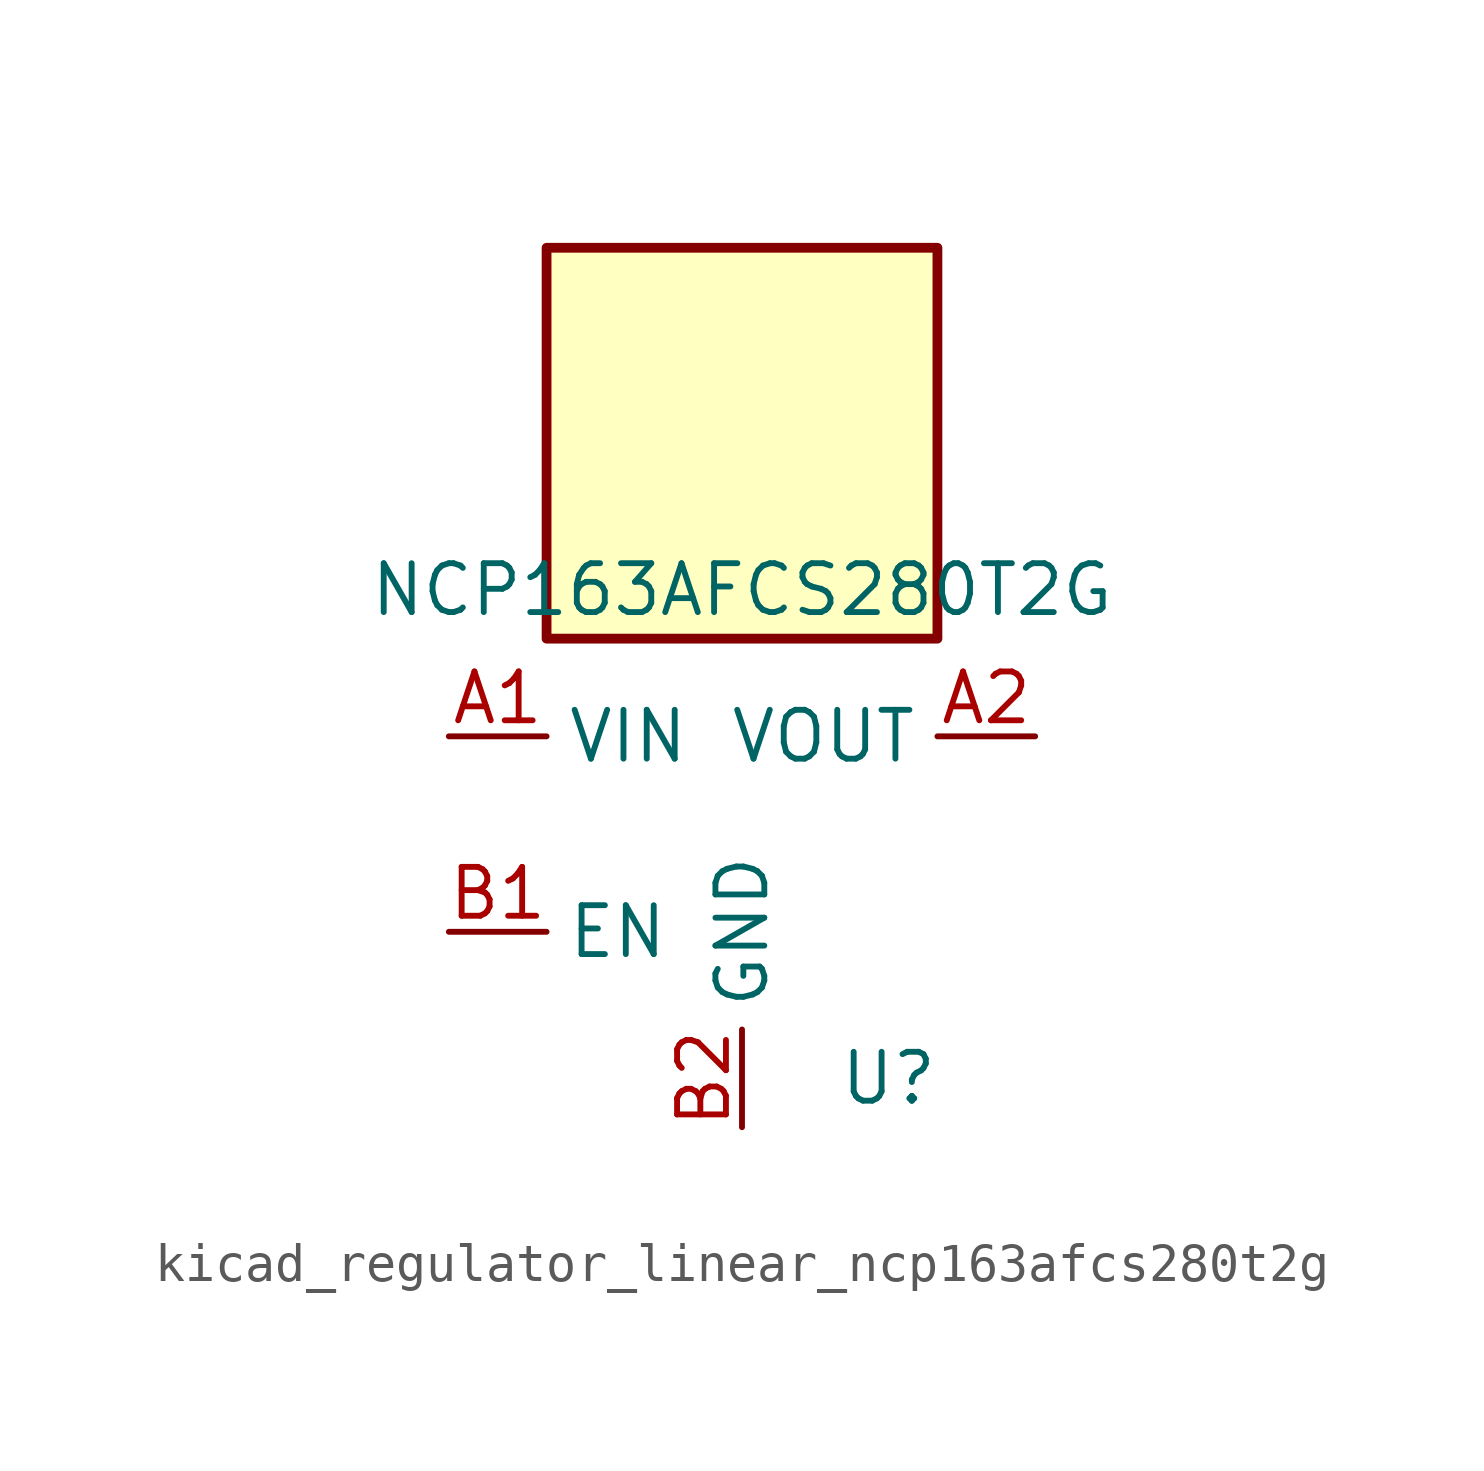
<source format=kicad_sym>
(kicad_symbol_lib
  (version 20220914)
  (generator kicad_symbol_editor)
  (symbol "kicad_regulator_linear_ncp163afcs280t2g"
    (property "Reference" "U"
      (at 3.81 -6.35 0)
      (effects (font (size 1.27 1.27))))
    (property "Value" "NCP163AFCS280T2G"
      (at 0 6.35 0)
      (effects (font (size 1.27 1.27))))
    (symbol "kicad_regulator_linear_ncp163afcs280t2g_0_1"
      (rectangle (start 5.08 15.24) (end -5.08 5.08) (stroke (width 0.254) (type default)) (fill (type background))))
    (symbol "kicad_regulator_linear_ncp163afcs280t2g_1_1"
      (pin power_in line (at -7.62 2.54 0) (length 2.54) (name "VIN" (effects (font (size 1.27 1.27)))) (number "A1" (effects (font (size 1.27 1.27)))))
      (pin power_out line (at 7.62 2.54 180) (length 2.54) (name "VOUT" (effects (font (size 1.27 1.27)))) (number "A2" (effects (font (size 1.27 1.27)))))
      (pin input line (at -7.62 -2.54 0) (length 2.54) (name "EN" (effects (font (size 1.27 1.27)))) (number "B1" (effects (font (size 1.27 1.27)))))
      (pin power_in line (at 0 -7.62 90) (length 2.54) (name "GND" (effects (font (size 1.27 1.27)))) (number "B2" (effects (font (size 1.27 1.27))))))))
</source>
